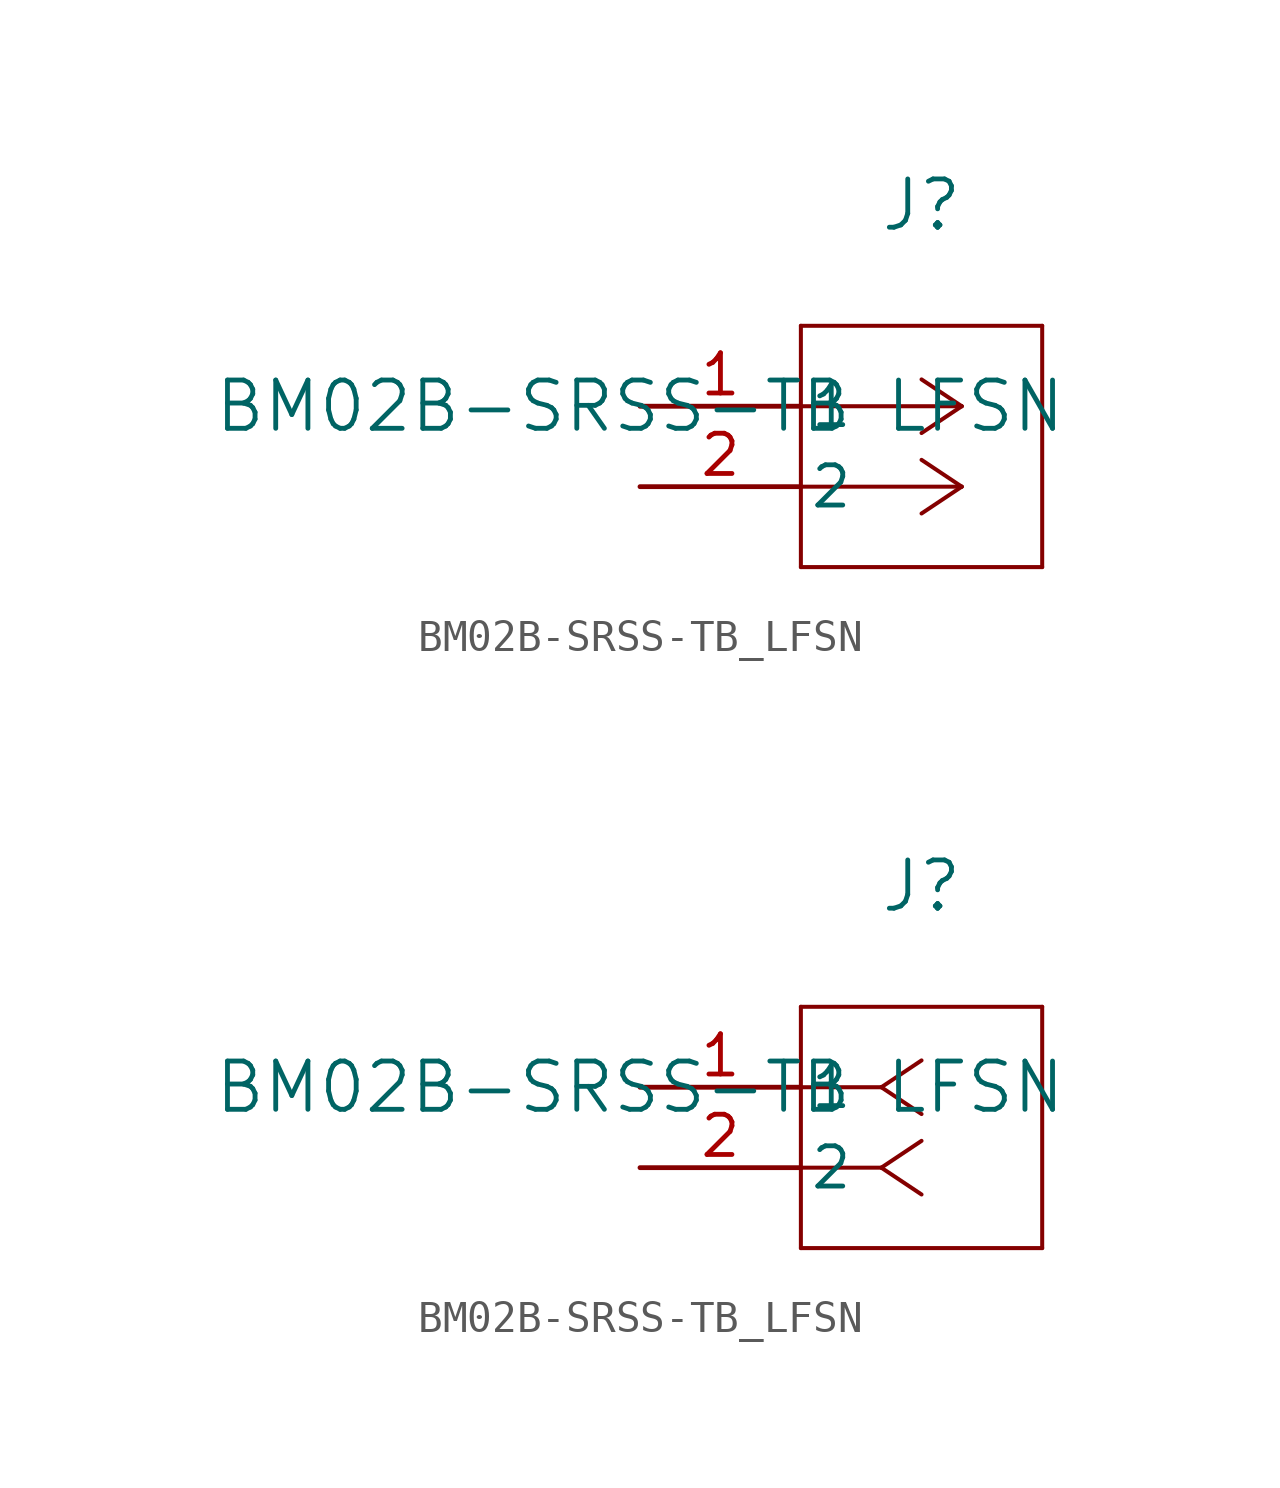
<source format=kicad_sym>
(kicad_symbol_lib
  (version 20211014)
  (generator kicad_symbol_editor)
  (symbol "BM02B-SRSS-TB_LFSN"
    (pin_names
      (offset 0.254))
    (property "Reference" "J"
      (at 8.89 6.35 0)
      (effects (font (size 1.524 1.524))))
    (property "Value" "BM02B-SRSS-TB LFSN"
      (at 0 0 0)
      (effects (font (size 1.524 1.524))))
    (symbol "BM02B-SRSS-TB_LFSN_1_1"
      (polyline (pts (xy 10.16 0) (xy 5.08 0)) (stroke (width 0.127) (type default) (color 0 0 0 0)) (fill (type none)))
      (polyline (pts (xy 10.16 -2.54) (xy 5.08 -2.54)) (stroke (width 0.127) (type default) (color 0 0 0 0)) (fill (type none)))
      (polyline (pts (xy 10.16 0) (xy 8.89 0.847)) (stroke (width 0.127) (type default) (color 0 0 0 0)) (fill (type none)))
      (polyline (pts (xy 10.16 -2.54) (xy 8.89 -1.693)) (stroke (width 0.127) (type default) (color 0 0 0 0)) (fill (type none)))
      (polyline (pts (xy 10.16 0) (xy 8.89 -0.847)) (stroke (width 0.127) (type default) (color 0 0 0 0)) (fill (type none)))
      (polyline (pts (xy 10.16 -2.54) (xy 8.89 -3.387)) (stroke (width 0.127) (type default) (color 0 0 0 0)) (fill (type none)))
      (polyline (pts (xy 5.08 2.54) (xy 5.08 -5.08)) (stroke (width 0.127) (type default) (color 0 0 0 0)) (fill (type none)))
      (polyline (pts (xy 5.08 -5.08) (xy 12.7 -5.08)) (stroke (width 0.127) (type default) (color 0 0 0 0)) (fill (type none)))
      (polyline (pts (xy 12.7 -5.08) (xy 12.7 2.54)) (stroke (width 0.127) (type default) (color 0 0 0 0)) (fill (type none)))
      (polyline (pts (xy 12.7 2.54) (xy 5.08 2.54)) (stroke (width 0.127) (type default) (color 0 0 0 0)) (fill (type none)))
      (pin unspecified line (at 0 0 0) (length 5.08) (name "1" (effects (font (size 1.27 1.27)))) (number "1" (effects (font (size 1.27 1.27)))))
      (pin unspecified line (at 0 -2.54 0) (length 5.08) (name "2" (effects (font (size 1.27 1.27)))) (number "2" (effects (font (size 1.27 1.27))))))
    (symbol "BM02B-SRSS-TB_LFSN_1_2"
      (polyline (pts (xy 7.62 0) (xy 5.08 0)) (stroke (width 0.127) (type default) (color 0 0 0 0)) (fill (type none)))
      (polyline (pts (xy 7.62 -2.54) (xy 5.08 -2.54)) (stroke (width 0.127) (type default) (color 0 0 0 0)) (fill (type none)))
      (polyline (pts (xy 7.62 0) (xy 8.89 0.847)) (stroke (width 0.127) (type default) (color 0 0 0 0)) (fill (type none)))
      (polyline (pts (xy 7.62 -2.54) (xy 8.89 -1.693)) (stroke (width 0.127) (type default) (color 0 0 0 0)) (fill (type none)))
      (polyline (pts (xy 7.62 0) (xy 8.89 -0.847)) (stroke (width 0.127) (type default) (color 0 0 0 0)) (fill (type none)))
      (polyline (pts (xy 7.62 -2.54) (xy 8.89 -3.387)) (stroke (width 0.127) (type default) (color 0 0 0 0)) (fill (type none)))
      (polyline (pts (xy 5.08 2.54) (xy 5.08 -5.08)) (stroke (width 0.127) (type default) (color 0 0 0 0)) (fill (type none)))
      (polyline (pts (xy 5.08 -5.08) (xy 12.7 -5.08)) (stroke (width 0.127) (type default) (color 0 0 0 0)) (fill (type none)))
      (polyline (pts (xy 12.7 -5.08) (xy 12.7 2.54)) (stroke (width 0.127) (type default) (color 0 0 0 0)) (fill (type none)))
      (polyline (pts (xy 12.7 2.54) (xy 5.08 2.54)) (stroke (width 0.127) (type default) (color 0 0 0 0)) (fill (type none)))
      (pin unspecified line (at 0 0 0) (length 5.08) (name "1" (effects (font (size 1.27 1.27)))) (number "1" (effects (font (size 1.27 1.27)))))
      (pin unspecified line (at 0 -2.54 0) (length 5.08) (name "2" (effects (font (size 1.27 1.27)))) (number "2" (effects (font (size 1.27 1.27))))))))
</source>
